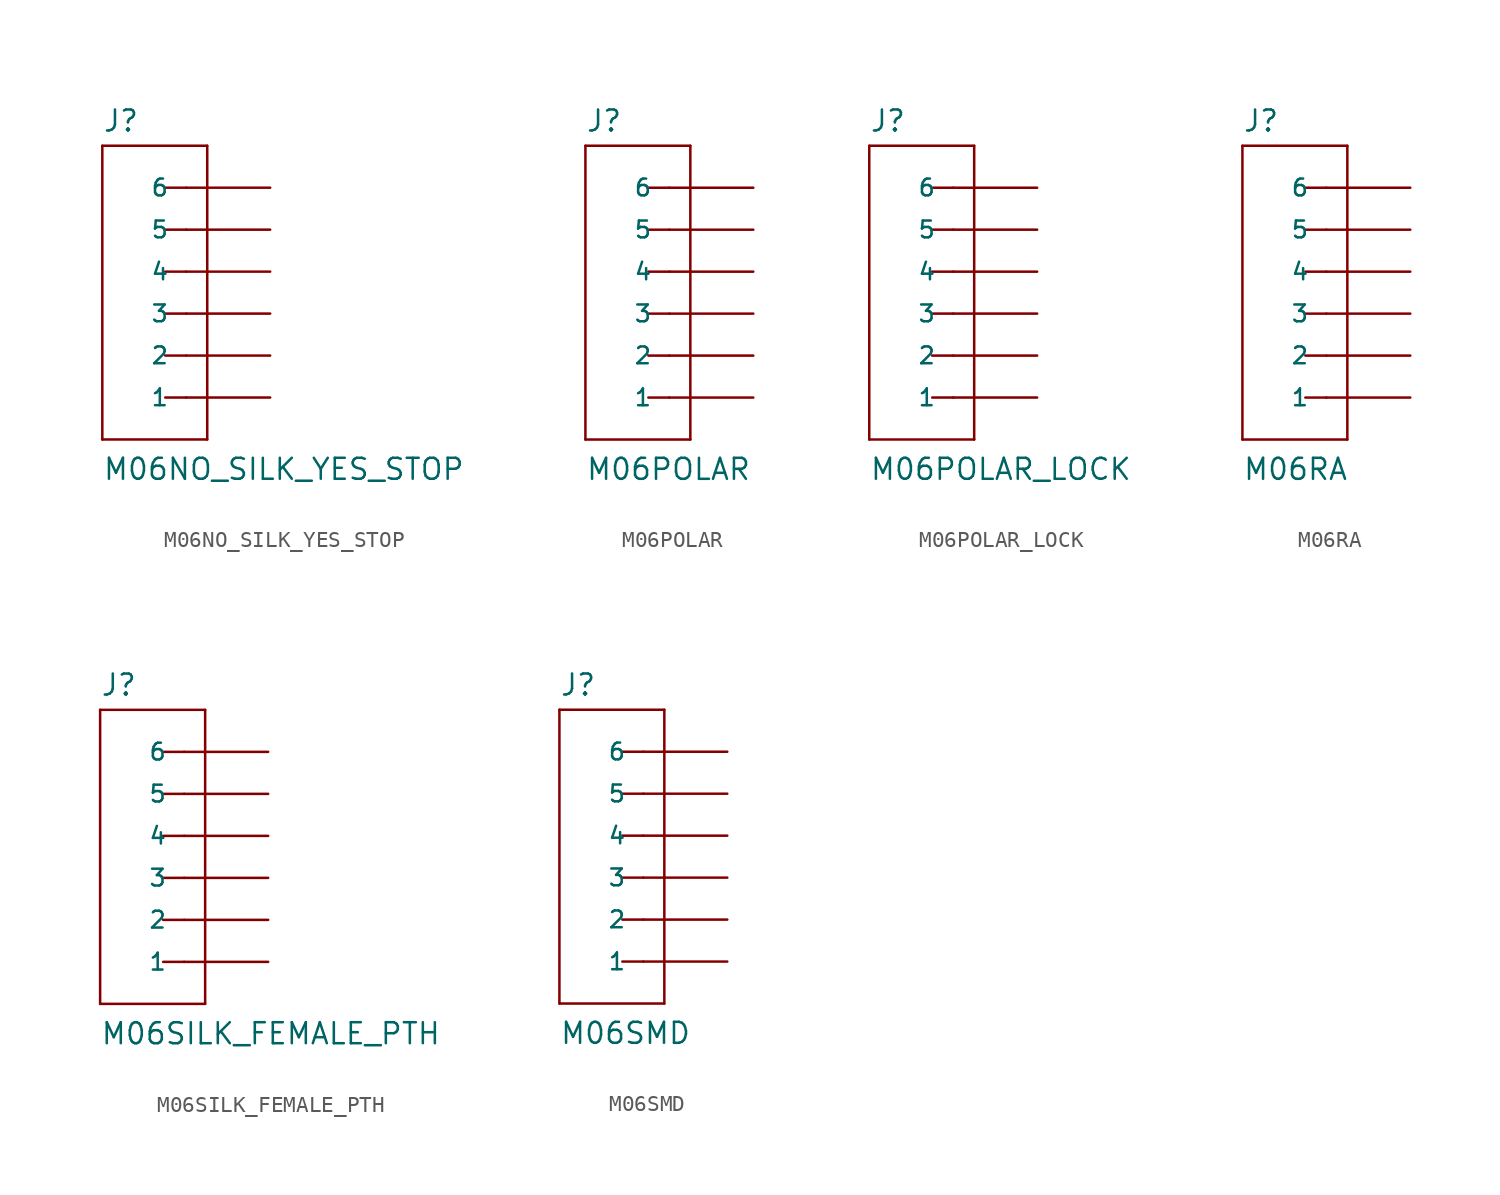
<source format=kicad_sym>
(kicad_symbol_lib
  (version 20211014)
  (generator kicad_symbol_editor)
  (symbol "M06NO_SILK_YES_STOP"
    (pin_numbers hide)
    (pin_names
      (offset 1.016))
    (property "Reference" "J"
      (at -5.08 10.922 0)
      (effects (font (size 1.27 1.27)) (justify left bottom)))
    (property "Value" "M06NO_SILK_YES_STOP"
      (at -5.08 -10.16 0)
      (effects (font (size 1.27 1.27)) (justify left bottom)))
    (property "Datasheet" ""
      (at 0 0 0)
      (effects (font (size 1.524 1.524))))
    (property "ki_locked" ""
      (at 0 0 0)
      (effects (font (size 1.27 1.27))))
    (symbol "M06NO_SILK_YES_STOP_1_0"
      (polyline (pts (xy -5.08 10.16) (xy -5.08 -7.62)) (stroke (width 0) (type default) (color 0 0 0 0)) (fill (type none)))
      (polyline (pts (xy -5.08 10.16) (xy 1.27 10.16)) (stroke (width 0) (type default) (color 0 0 0 0)) (fill (type none)))
      (polyline (pts (xy -1.27 -5.08) (xy 0 -5.08)) (stroke (width 0) (type default) (color 0 0 0 0)) (fill (type none)))
      (polyline (pts (xy -1.27 -2.54) (xy 0 -2.54)) (stroke (width 0) (type default) (color 0 0 0 0)) (fill (type none)))
      (polyline (pts (xy -1.27 0) (xy 0 0)) (stroke (width 0) (type default) (color 0 0 0 0)) (fill (type none)))
      (polyline (pts (xy -1.27 2.54) (xy 0 2.54)) (stroke (width 0) (type default) (color 0 0 0 0)) (fill (type none)))
      (polyline (pts (xy -1.27 5.08) (xy 0 5.08)) (stroke (width 0) (type default) (color 0 0 0 0)) (fill (type none)))
      (polyline (pts (xy -1.27 7.62) (xy 0 7.62)) (stroke (width 0) (type default) (color 0 0 0 0)) (fill (type none)))
      (polyline (pts (xy 1.27 -7.62) (xy -5.08 -7.62)) (stroke (width 0) (type default) (color 0 0 0 0)) (fill (type none)))
      (polyline (pts (xy 1.27 -7.62) (xy 1.27 10.16)) (stroke (width 0) (type default) (color 0 0 0 0)) (fill (type none))))
    (symbol "M06NO_SILK_YES_STOP_1_1"
      (pin passive line (at 5.08 -5.08 180) (length 5.08) (name "1" (effects (font (size 1.016 1.016)))) (number "1" (effects (font (size 1.016 1.016)))))
      (pin passive line (at 5.08 -2.54 180) (length 5.08) (name "2" (effects (font (size 1.016 1.016)))) (number "2" (effects (font (size 1.016 1.016)))))
      (pin passive line (at 5.08 0 180) (length 5.08) (name "3" (effects (font (size 1.016 1.016)))) (number "3" (effects (font (size 1.016 1.016)))))
      (pin passive line (at 5.08 2.54 180) (length 5.08) (name "4" (effects (font (size 1.016 1.016)))) (number "4" (effects (font (size 1.016 1.016)))))
      (pin passive line (at 5.08 5.08 180) (length 5.08) (name "5" (effects (font (size 1.016 1.016)))) (number "5" (effects (font (size 1.016 1.016)))))
      (pin passive line (at 5.08 7.62 180) (length 5.08) (name "6" (effects (font (size 1.016 1.016)))) (number "6" (effects (font (size 1.016 1.016)))))))
  (symbol "M06POLAR"
    (pin_numbers hide)
    (pin_names
      (offset 1.016))
    (property "Reference" "J"
      (at -5.08 10.922 0)
      (effects (font (size 1.27 1.27)) (justify left bottom)))
    (property "Value" "M06POLAR"
      (at -5.08 -10.16 0)
      (effects (font (size 1.27 1.27)) (justify left bottom)))
    (property "Datasheet" ""
      (at 0 0 0)
      (effects (font (size 1.524 1.524))))
    (property "ki_locked" ""
      (at 0 0 0)
      (effects (font (size 1.27 1.27))))
    (symbol "M06POLAR_1_0"
      (polyline (pts (xy -5.08 10.16) (xy -5.08 -7.62)) (stroke (width 0) (type default) (color 0 0 0 0)) (fill (type none)))
      (polyline (pts (xy -5.08 10.16) (xy 1.27 10.16)) (stroke (width 0) (type default) (color 0 0 0 0)) (fill (type none)))
      (polyline (pts (xy -1.27 -5.08) (xy 0 -5.08)) (stroke (width 0) (type default) (color 0 0 0 0)) (fill (type none)))
      (polyline (pts (xy -1.27 -2.54) (xy 0 -2.54)) (stroke (width 0) (type default) (color 0 0 0 0)) (fill (type none)))
      (polyline (pts (xy -1.27 0) (xy 0 0)) (stroke (width 0) (type default) (color 0 0 0 0)) (fill (type none)))
      (polyline (pts (xy -1.27 2.54) (xy 0 2.54)) (stroke (width 0) (type default) (color 0 0 0 0)) (fill (type none)))
      (polyline (pts (xy -1.27 5.08) (xy 0 5.08)) (stroke (width 0) (type default) (color 0 0 0 0)) (fill (type none)))
      (polyline (pts (xy -1.27 7.62) (xy 0 7.62)) (stroke (width 0) (type default) (color 0 0 0 0)) (fill (type none)))
      (polyline (pts (xy 1.27 -7.62) (xy -5.08 -7.62)) (stroke (width 0) (type default) (color 0 0 0 0)) (fill (type none)))
      (polyline (pts (xy 1.27 -7.62) (xy 1.27 10.16)) (stroke (width 0) (type default) (color 0 0 0 0)) (fill (type none))))
    (symbol "M06POLAR_1_1"
      (pin passive line (at 5.08 -5.08 180) (length 5.08) (name "1" (effects (font (size 1.016 1.016)))) (number "1" (effects (font (size 1.016 1.016)))))
      (pin passive line (at 5.08 -2.54 180) (length 5.08) (name "2" (effects (font (size 1.016 1.016)))) (number "2" (effects (font (size 1.016 1.016)))))
      (pin passive line (at 5.08 0 180) (length 5.08) (name "3" (effects (font (size 1.016 1.016)))) (number "3" (effects (font (size 1.016 1.016)))))
      (pin passive line (at 5.08 2.54 180) (length 5.08) (name "4" (effects (font (size 1.016 1.016)))) (number "4" (effects (font (size 1.016 1.016)))))
      (pin passive line (at 5.08 5.08 180) (length 5.08) (name "5" (effects (font (size 1.016 1.016)))) (number "5" (effects (font (size 1.016 1.016)))))
      (pin passive line (at 5.08 7.62 180) (length 5.08) (name "6" (effects (font (size 1.016 1.016)))) (number "6" (effects (font (size 1.016 1.016)))))))
  (symbol "M06POLAR_LOCK"
    (pin_numbers hide)
    (pin_names
      (offset 1.016))
    (property "Reference" "J"
      (at -5.08 10.922 0)
      (effects (font (size 1.27 1.27)) (justify left bottom)))
    (property "Value" "M06POLAR_LOCK"
      (at -5.08 -10.16 0)
      (effects (font (size 1.27 1.27)) (justify left bottom)))
    (property "Datasheet" ""
      (at 0 0 0)
      (effects (font (size 1.524 1.524))))
    (property "ki_locked" ""
      (at 0 0 0)
      (effects (font (size 1.27 1.27))))
    (symbol "M06POLAR_LOCK_1_0"
      (polyline (pts (xy -5.08 10.16) (xy -5.08 -7.62)) (stroke (width 0) (type default) (color 0 0 0 0)) (fill (type none)))
      (polyline (pts (xy -5.08 10.16) (xy 1.27 10.16)) (stroke (width 0) (type default) (color 0 0 0 0)) (fill (type none)))
      (polyline (pts (xy -1.27 -5.08) (xy 0 -5.08)) (stroke (width 0) (type default) (color 0 0 0 0)) (fill (type none)))
      (polyline (pts (xy -1.27 -2.54) (xy 0 -2.54)) (stroke (width 0) (type default) (color 0 0 0 0)) (fill (type none)))
      (polyline (pts (xy -1.27 0) (xy 0 0)) (stroke (width 0) (type default) (color 0 0 0 0)) (fill (type none)))
      (polyline (pts (xy -1.27 2.54) (xy 0 2.54)) (stroke (width 0) (type default) (color 0 0 0 0)) (fill (type none)))
      (polyline (pts (xy -1.27 5.08) (xy 0 5.08)) (stroke (width 0) (type default) (color 0 0 0 0)) (fill (type none)))
      (polyline (pts (xy -1.27 7.62) (xy 0 7.62)) (stroke (width 0) (type default) (color 0 0 0 0)) (fill (type none)))
      (polyline (pts (xy 1.27 -7.62) (xy -5.08 -7.62)) (stroke (width 0) (type default) (color 0 0 0 0)) (fill (type none)))
      (polyline (pts (xy 1.27 -7.62) (xy 1.27 10.16)) (stroke (width 0) (type default) (color 0 0 0 0)) (fill (type none))))
    (symbol "M06POLAR_LOCK_1_1"
      (pin passive line (at 5.08 -5.08 180) (length 5.08) (name "1" (effects (font (size 1.016 1.016)))) (number "1" (effects (font (size 1.016 1.016)))))
      (pin passive line (at 5.08 -2.54 180) (length 5.08) (name "2" (effects (font (size 1.016 1.016)))) (number "2" (effects (font (size 1.016 1.016)))))
      (pin passive line (at 5.08 0 180) (length 5.08) (name "3" (effects (font (size 1.016 1.016)))) (number "3" (effects (font (size 1.016 1.016)))))
      (pin passive line (at 5.08 2.54 180) (length 5.08) (name "4" (effects (font (size 1.016 1.016)))) (number "4" (effects (font (size 1.016 1.016)))))
      (pin passive line (at 5.08 5.08 180) (length 5.08) (name "5" (effects (font (size 1.016 1.016)))) (number "5" (effects (font (size 1.016 1.016)))))
      (pin passive line (at 5.08 7.62 180) (length 5.08) (name "6" (effects (font (size 1.016 1.016)))) (number "6" (effects (font (size 1.016 1.016)))))))
  (symbol "M06RA"
    (pin_numbers hide)
    (pin_names
      (offset 1.016))
    (property "Reference" "J"
      (at -5.08 10.922 0)
      (effects (font (size 1.27 1.27)) (justify left bottom)))
    (property "Value" "M06RA"
      (at -5.08 -10.16 0)
      (effects (font (size 1.27 1.27)) (justify left bottom)))
    (property "Datasheet" ""
      (at 0 0 0)
      (effects (font (size 1.524 1.524))))
    (property "ki_locked" ""
      (at 0 0 0)
      (effects (font (size 1.27 1.27))))
    (symbol "M06RA_1_0"
      (polyline (pts (xy -5.08 10.16) (xy -5.08 -7.62)) (stroke (width 0) (type default) (color 0 0 0 0)) (fill (type none)))
      (polyline (pts (xy -5.08 10.16) (xy 1.27 10.16)) (stroke (width 0) (type default) (color 0 0 0 0)) (fill (type none)))
      (polyline (pts (xy -1.27 -5.08) (xy 0 -5.08)) (stroke (width 0) (type default) (color 0 0 0 0)) (fill (type none)))
      (polyline (pts (xy -1.27 -2.54) (xy 0 -2.54)) (stroke (width 0) (type default) (color 0 0 0 0)) (fill (type none)))
      (polyline (pts (xy -1.27 0) (xy 0 0)) (stroke (width 0) (type default) (color 0 0 0 0)) (fill (type none)))
      (polyline (pts (xy -1.27 2.54) (xy 0 2.54)) (stroke (width 0) (type default) (color 0 0 0 0)) (fill (type none)))
      (polyline (pts (xy -1.27 5.08) (xy 0 5.08)) (stroke (width 0) (type default) (color 0 0 0 0)) (fill (type none)))
      (polyline (pts (xy -1.27 7.62) (xy 0 7.62)) (stroke (width 0) (type default) (color 0 0 0 0)) (fill (type none)))
      (polyline (pts (xy 1.27 -7.62) (xy -5.08 -7.62)) (stroke (width 0) (type default) (color 0 0 0 0)) (fill (type none)))
      (polyline (pts (xy 1.27 -7.62) (xy 1.27 10.16)) (stroke (width 0) (type default) (color 0 0 0 0)) (fill (type none))))
    (symbol "M06RA_1_1"
      (pin passive line (at 5.08 -5.08 180) (length 5.08) (name "1" (effects (font (size 1.016 1.016)))) (number "1" (effects (font (size 1.016 1.016)))))
      (pin passive line (at 5.08 -2.54 180) (length 5.08) (name "2" (effects (font (size 1.016 1.016)))) (number "2" (effects (font (size 1.016 1.016)))))
      (pin passive line (at 5.08 0 180) (length 5.08) (name "3" (effects (font (size 1.016 1.016)))) (number "3" (effects (font (size 1.016 1.016)))))
      (pin passive line (at 5.08 2.54 180) (length 5.08) (name "4" (effects (font (size 1.016 1.016)))) (number "4" (effects (font (size 1.016 1.016)))))
      (pin passive line (at 5.08 5.08 180) (length 5.08) (name "5" (effects (font (size 1.016 1.016)))) (number "5" (effects (font (size 1.016 1.016)))))
      (pin passive line (at 5.08 7.62 180) (length 5.08) (name "6" (effects (font (size 1.016 1.016)))) (number "6" (effects (font (size 1.016 1.016)))))))
  (symbol "M06SILK_FEMALE_PTH"
    (pin_numbers hide)
    (pin_names
      (offset 1.016))
    (property "Reference" "J"
      (at -5.08 10.922 0)
      (effects (font (size 1.27 1.27)) (justify left bottom)))
    (property "Value" "M06SILK_FEMALE_PTH"
      (at -5.08 -10.16 0)
      (effects (font (size 1.27 1.27)) (justify left bottom)))
    (property "Datasheet" ""
      (at 0 0 0)
      (effects (font (size 1.524 1.524))))
    (property "ki_locked" ""
      (at 0 0 0)
      (effects (font (size 1.27 1.27))))
    (symbol "M06SILK_FEMALE_PTH_1_0"
      (polyline (pts (xy -5.08 10.16) (xy -5.08 -7.62)) (stroke (width 0) (type default) (color 0 0 0 0)) (fill (type none)))
      (polyline (pts (xy -5.08 10.16) (xy 1.27 10.16)) (stroke (width 0) (type default) (color 0 0 0 0)) (fill (type none)))
      (polyline (pts (xy -1.27 -5.08) (xy 0 -5.08)) (stroke (width 0) (type default) (color 0 0 0 0)) (fill (type none)))
      (polyline (pts (xy -1.27 -2.54) (xy 0 -2.54)) (stroke (width 0) (type default) (color 0 0 0 0)) (fill (type none)))
      (polyline (pts (xy -1.27 0) (xy 0 0)) (stroke (width 0) (type default) (color 0 0 0 0)) (fill (type none)))
      (polyline (pts (xy -1.27 2.54) (xy 0 2.54)) (stroke (width 0) (type default) (color 0 0 0 0)) (fill (type none)))
      (polyline (pts (xy -1.27 5.08) (xy 0 5.08)) (stroke (width 0) (type default) (color 0 0 0 0)) (fill (type none)))
      (polyline (pts (xy -1.27 7.62) (xy 0 7.62)) (stroke (width 0) (type default) (color 0 0 0 0)) (fill (type none)))
      (polyline (pts (xy 1.27 -7.62) (xy -5.08 -7.62)) (stroke (width 0) (type default) (color 0 0 0 0)) (fill (type none)))
      (polyline (pts (xy 1.27 -7.62) (xy 1.27 10.16)) (stroke (width 0) (type default) (color 0 0 0 0)) (fill (type none))))
    (symbol "M06SILK_FEMALE_PTH_1_1"
      (pin passive line (at 5.08 -5.08 180) (length 5.08) (name "1" (effects (font (size 1.016 1.016)))) (number "1" (effects (font (size 1.016 1.016)))))
      (pin passive line (at 5.08 -2.54 180) (length 5.08) (name "2" (effects (font (size 1.016 1.016)))) (number "2" (effects (font (size 1.016 1.016)))))
      (pin passive line (at 5.08 0 180) (length 5.08) (name "3" (effects (font (size 1.016 1.016)))) (number "3" (effects (font (size 1.016 1.016)))))
      (pin passive line (at 5.08 2.54 180) (length 5.08) (name "4" (effects (font (size 1.016 1.016)))) (number "4" (effects (font (size 1.016 1.016)))))
      (pin passive line (at 5.08 5.08 180) (length 5.08) (name "5" (effects (font (size 1.016 1.016)))) (number "5" (effects (font (size 1.016 1.016)))))
      (pin passive line (at 5.08 7.62 180) (length 5.08) (name "6" (effects (font (size 1.016 1.016)))) (number "6" (effects (font (size 1.016 1.016)))))))
  (symbol "M06SMD"
    (pin_numbers hide)
    (pin_names
      (offset 1.016))
    (property "Reference" "J"
      (at -5.08 10.922 0)
      (effects (font (size 1.27 1.27)) (justify left bottom)))
    (property "Value" "M06SMD"
      (at -5.08 -10.16 0)
      (effects (font (size 1.27 1.27)) (justify left bottom)))
    (property "Datasheet" ""
      (at 0 0 0)
      (effects (font (size 1.524 1.524))))
    (property "ki_locked" ""
      (at 0 0 0)
      (effects (font (size 1.27 1.27))))
    (symbol "M06SMD_1_0"
      (polyline (pts (xy -5.08 10.16) (xy -5.08 -7.62)) (stroke (width 0) (type default) (color 0 0 0 0)) (fill (type none)))
      (polyline (pts (xy -5.08 10.16) (xy 1.27 10.16)) (stroke (width 0) (type default) (color 0 0 0 0)) (fill (type none)))
      (polyline (pts (xy -1.27 -5.08) (xy 0 -5.08)) (stroke (width 0) (type default) (color 0 0 0 0)) (fill (type none)))
      (polyline (pts (xy -1.27 -2.54) (xy 0 -2.54)) (stroke (width 0) (type default) (color 0 0 0 0)) (fill (type none)))
      (polyline (pts (xy -1.27 0) (xy 0 0)) (stroke (width 0) (type default) (color 0 0 0 0)) (fill (type none)))
      (polyline (pts (xy -1.27 2.54) (xy 0 2.54)) (stroke (width 0) (type default) (color 0 0 0 0)) (fill (type none)))
      (polyline (pts (xy -1.27 5.08) (xy 0 5.08)) (stroke (width 0) (type default) (color 0 0 0 0)) (fill (type none)))
      (polyline (pts (xy -1.27 7.62) (xy 0 7.62)) (stroke (width 0) (type default) (color 0 0 0 0)) (fill (type none)))
      (polyline (pts (xy 1.27 -7.62) (xy -5.08 -7.62)) (stroke (width 0) (type default) (color 0 0 0 0)) (fill (type none)))
      (polyline (pts (xy 1.27 -7.62) (xy 1.27 10.16)) (stroke (width 0) (type default) (color 0 0 0 0)) (fill (type none))))
    (symbol "M06SMD_1_1"
      (pin passive line (at 5.08 -5.08 180) (length 5.08) (name "1" (effects (font (size 1.016 1.016)))) (number "1" (effects (font (size 1.016 1.016)))))
      (pin passive line (at 5.08 -2.54 180) (length 5.08) (name "2" (effects (font (size 1.016 1.016)))) (number "2" (effects (font (size 1.016 1.016)))))
      (pin passive line (at 5.08 0 180) (length 5.08) (name "3" (effects (font (size 1.016 1.016)))) (number "3" (effects (font (size 1.016 1.016)))))
      (pin passive line (at 5.08 2.54 180) (length 5.08) (name "4" (effects (font (size 1.016 1.016)))) (number "4" (effects (font (size 1.016 1.016)))))
      (pin passive line (at 5.08 5.08 180) (length 5.08) (name "5" (effects (font (size 1.016 1.016)))) (number "5" (effects (font (size 1.016 1.016)))))
      (pin passive line (at 5.08 7.62 180) (length 5.08) (name "6" (effects (font (size 1.016 1.016)))) (number "6" (effects (font (size 1.016 1.016))))))))
</source>
